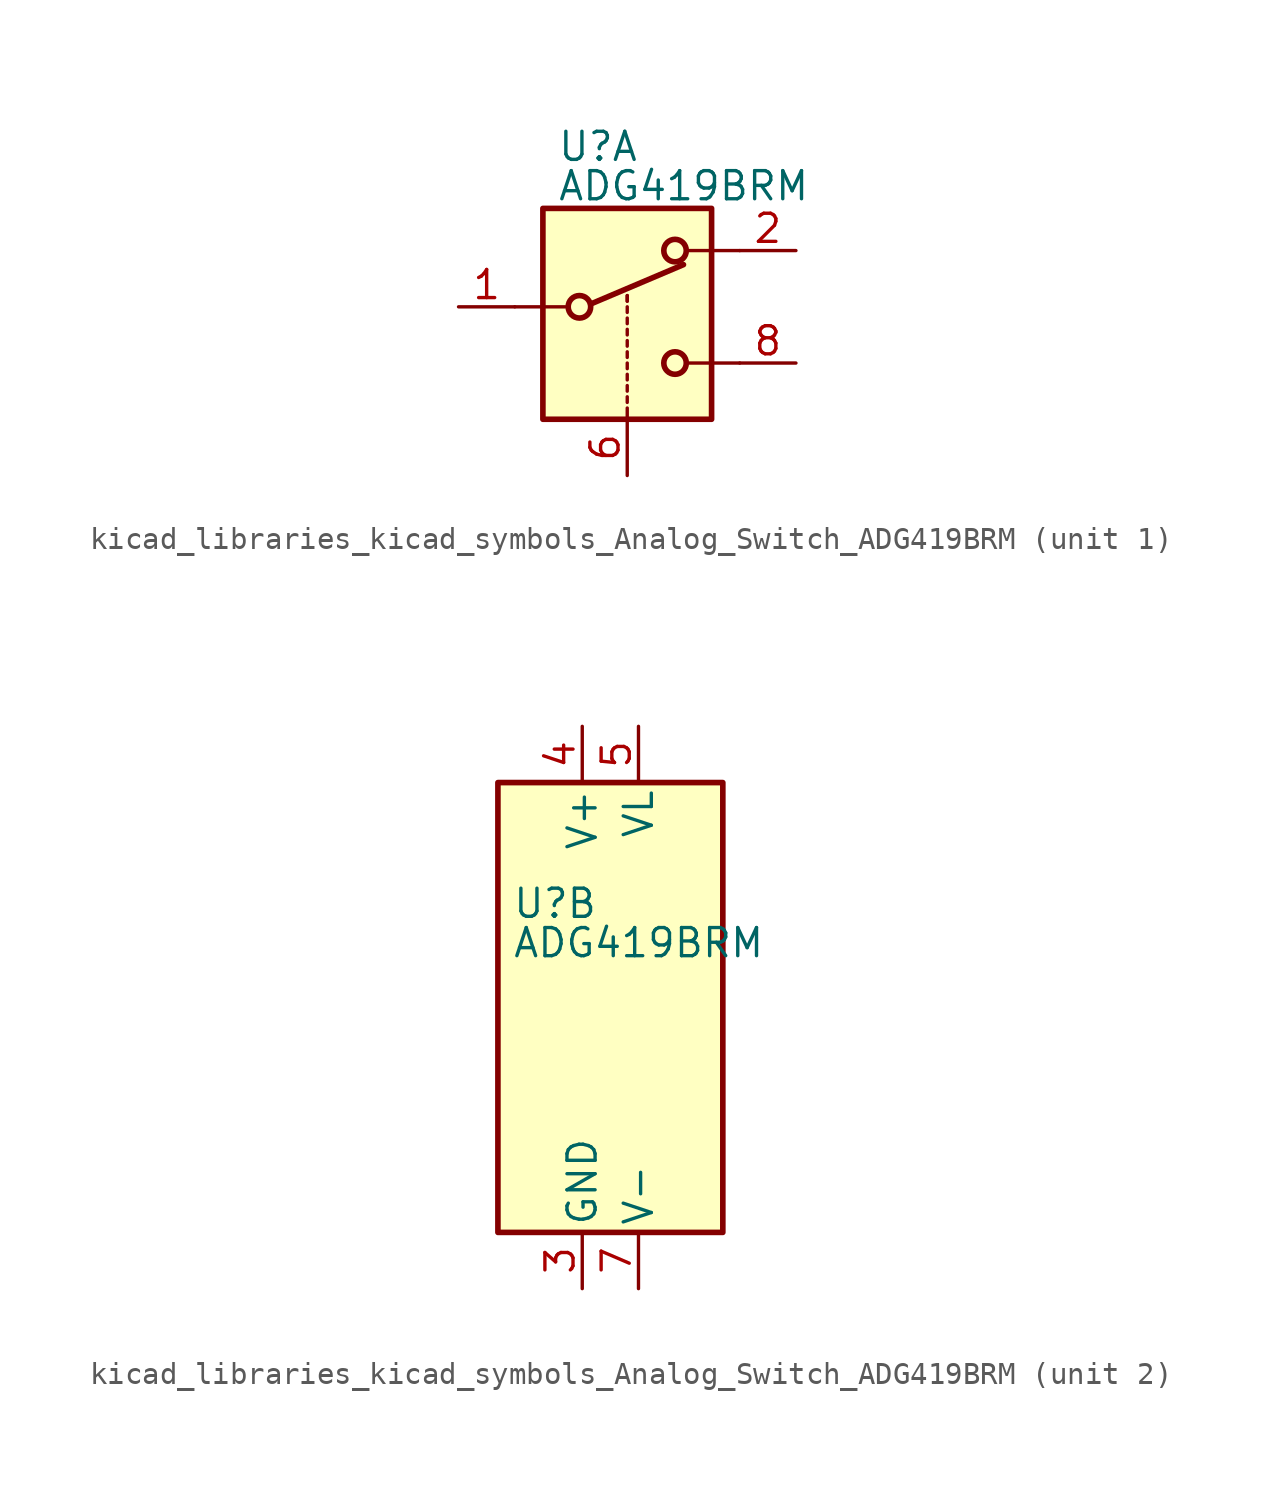
<source format=kicad_sym>
(kicad_symbol_lib
  (version 20220914)
  (generator kicad_symbol_editor)
  (symbol "kicad_libraries_kicad_symbols_Analog_Switch_ADG419BRM"
    (pin_names
      (offset 0.254))
    (property "Reference" "U"
      (at -3.175 4.699 0)
      (effects (font (size 1.27 1.27)) (justify left)))
    (property "Value" "ADG419BRM"
      (at -3.175 2.921 0)
      (effects (font (size 1.27 1.27)) (justify left)))
    (symbol "kicad_libraries_kicad_symbols_Analog_Switch_ADG419BRM_1_1"
      (rectangle (start -3.81 1.905) (end 3.81 -7.62) (stroke (width 0.254) (type default)) (fill (type background)))
      (circle (center -2.159 -2.54) (radius 0.508) (stroke (width 0.254) (type default)) (fill (type none)))
      (polyline (pts (xy -5.08 -2.54) (xy -2.794 -2.54)) (stroke (width 0) (type default)) (fill (type none)))
      (polyline (pts (xy -1.651 -2.413) (xy 2.54 -0.635)) (stroke (width 0.254) (type default)) (fill (type none)))
      (polyline (pts (xy 0 -7.62) (xy 0 -7.112)) (stroke (width 0) (type default)) (fill (type none)))
      (polyline (pts (xy 0 -6.858) (xy 0 -6.604)) (stroke (width 0) (type default)) (fill (type none)))
      (polyline (pts (xy 0 -6.35) (xy 0 -6.096)) (stroke (width 0) (type default)) (fill (type none)))
      (polyline (pts (xy 0 -5.842) (xy 0 -5.588)) (stroke (width 0) (type default)) (fill (type none)))
      (polyline (pts (xy 0 -5.334) (xy 0 -5.08)) (stroke (width 0) (type default)) (fill (type none)))
      (polyline (pts (xy 0 -4.826) (xy 0 -4.572)) (stroke (width 0) (type default)) (fill (type none)))
      (polyline (pts (xy 0 -4.318) (xy 0 -4.064)) (stroke (width 0) (type default)) (fill (type none)))
      (polyline (pts (xy 0 -3.81) (xy 0 -3.556)) (stroke (width 0) (type default)) (fill (type none)))
      (polyline (pts (xy 0 -3.302) (xy 0 -3.048)) (stroke (width 0) (type default)) (fill (type none)))
      (polyline (pts (xy 0 -2.794) (xy 0 -2.54)) (stroke (width 0) (type default)) (fill (type none)))
      (polyline (pts (xy 0 -2.286) (xy 0 -2.032)) (stroke (width 0) (type default)) (fill (type none)))
      (polyline (pts (xy 0 -2.286) (xy 0 -2.032)) (stroke (width 0) (type default)) (fill (type none)))
      (polyline (pts (xy 5.08 -5.08) (xy 2.794 -5.08)) (stroke (width 0) (type default)) (fill (type none)))
      (polyline (pts (xy 5.08 0) (xy 2.794 0)) (stroke (width 0) (type default)) (fill (type none)))
      (circle (center 2.159 -5.08) (radius 0.508) (stroke (width 0.254) (type default)) (fill (type none)))
      (circle (center 2.159 0) (radius 0.508) (stroke (width 0.254) (type default)) (fill (type none)))
      (pin passive line (at -7.62 -2.54 0) (length 2.54) (name "~" (effects (font (size 1.27 1.27)))) (number "1" (effects (font (size 1.27 1.27)))))
      (pin passive line (at 7.62 0 180) (length 2.54) (name "~" (effects (font (size 1.27 1.27)))) (number "2" (effects (font (size 1.27 1.27)))))
      (pin input line (at 0 -10.16 90) (length 2.54) (name "~" (effects (font (size 1.27 1.27)))) (number "6" (effects (font (size 1.27 1.27)))))
      (pin passive line (at 7.62 -5.08 180) (length 2.54) (name "~" (effects (font (size 1.27 1.27)))) (number "8" (effects (font (size 1.27 1.27))))))
    (symbol "kicad_libraries_kicad_symbols_Analog_Switch_ADG419BRM_2_0"
      (pin power_in line (at 0 -12.7 90) (length 2.54) (name "GND" (effects (font (size 1.27 1.27)))) (number "3" (effects (font (size 1.27 1.27)))))
      (pin power_in line (at 0 12.7 270) (length 2.54) (name "V+" (effects (font (size 1.27 1.27)))) (number "4" (effects (font (size 1.27 1.27)))))
      (pin power_in line (at 2.54 12.7 270) (length 2.54) (name "VL" (effects (font (size 1.27 1.27)))) (number "5" (effects (font (size 1.27 1.27)))))
      (pin power_in line (at 2.54 -12.7 90) (length 2.54) (name "V-" (effects (font (size 1.27 1.27)))) (number "7" (effects (font (size 1.27 1.27))))))
    (symbol "kicad_libraries_kicad_symbols_Analog_Switch_ADG419BRM_2_1"
      (rectangle (start -3.81 10.16) (end 6.35 -10.16) (stroke (width 0.254) (type default)) (fill (type background))))))
</source>
